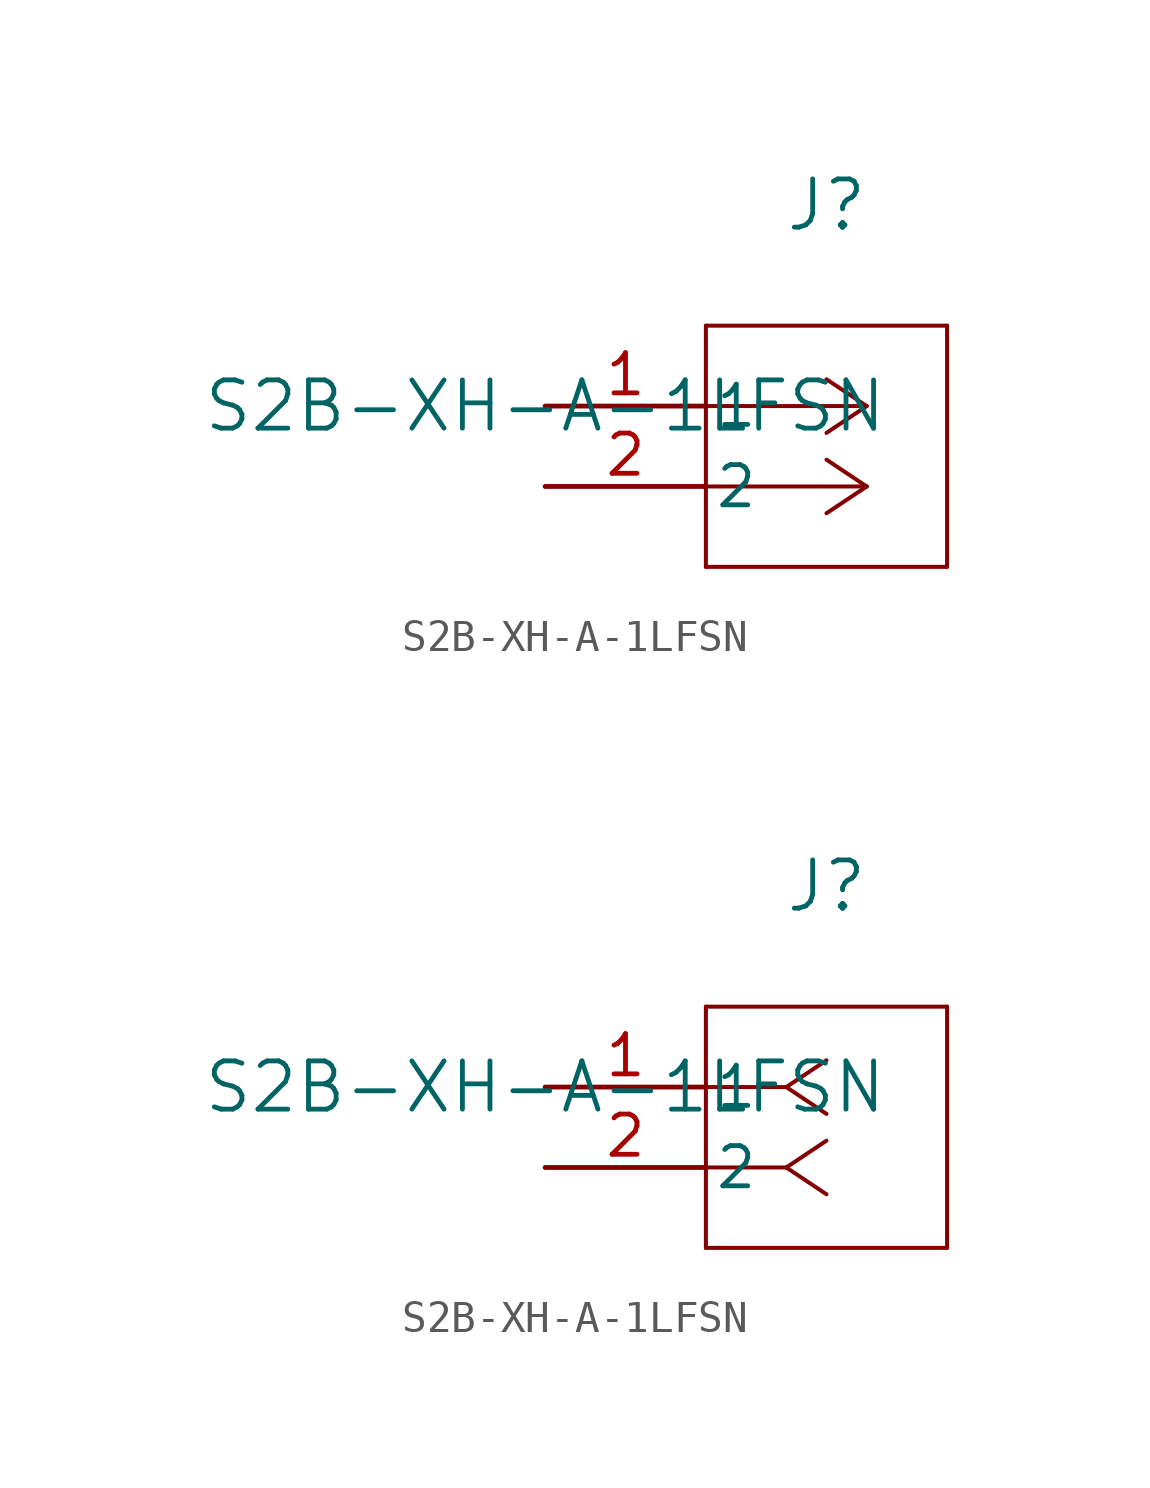
<source format=kicad_sym>
(kicad_symbol_lib
  (version 20211014)
  (generator kicad_symbol_editor)
  (symbol "S2B-XH-A-1LFSN"
    (pin_names
      (offset 0.254))
    (property "Reference" "J"
      (at 8.89 6.35 0)
      (effects (font (size 1.524 1.524))))
    (property "Value" "S2B-XH-A-1LFSN"
      (at 0 0 0)
      (effects (font (size 1.524 1.524))))
    (symbol "S2B-XH-A-1LFSN_1_1"
      (polyline (pts (xy 10.16 0) (xy 5.08 0)) (stroke (width 0.127) (type default) (color 0 0 0 0)) (fill (type none)))
      (polyline (pts (xy 10.16 -2.54) (xy 5.08 -2.54)) (stroke (width 0.127) (type default) (color 0 0 0 0)) (fill (type none)))
      (polyline (pts (xy 10.16 0) (xy 8.89 0.847)) (stroke (width 0.127) (type default) (color 0 0 0 0)) (fill (type none)))
      (polyline (pts (xy 10.16 -2.54) (xy 8.89 -1.693)) (stroke (width 0.127) (type default) (color 0 0 0 0)) (fill (type none)))
      (polyline (pts (xy 10.16 0) (xy 8.89 -0.847)) (stroke (width 0.127) (type default) (color 0 0 0 0)) (fill (type none)))
      (polyline (pts (xy 10.16 -2.54) (xy 8.89 -3.387)) (stroke (width 0.127) (type default) (color 0 0 0 0)) (fill (type none)))
      (polyline (pts (xy 5.08 2.54) (xy 5.08 -5.08)) (stroke (width 0.127) (type default) (color 0 0 0 0)) (fill (type none)))
      (polyline (pts (xy 5.08 -5.08) (xy 12.7 -5.08)) (stroke (width 0.127) (type default) (color 0 0 0 0)) (fill (type none)))
      (polyline (pts (xy 12.7 -5.08) (xy 12.7 2.54)) (stroke (width 0.127) (type default) (color 0 0 0 0)) (fill (type none)))
      (polyline (pts (xy 12.7 2.54) (xy 5.08 2.54)) (stroke (width 0.127) (type default) (color 0 0 0 0)) (fill (type none)))
      (pin unspecified line (at 0 0 0) (length 5.08) (name "1" (effects (font (size 1.27 1.27)))) (number "1" (effects (font (size 1.27 1.27)))))
      (pin unspecified line (at 0 -2.54 0) (length 5.08) (name "2" (effects (font (size 1.27 1.27)))) (number "2" (effects (font (size 1.27 1.27))))))
    (symbol "S2B-XH-A-1LFSN_1_2"
      (polyline (pts (xy 7.62 0) (xy 5.08 0)) (stroke (width 0.127) (type default) (color 0 0 0 0)) (fill (type none)))
      (polyline (pts (xy 7.62 -2.54) (xy 5.08 -2.54)) (stroke (width 0.127) (type default) (color 0 0 0 0)) (fill (type none)))
      (polyline (pts (xy 7.62 0) (xy 8.89 0.847)) (stroke (width 0.127) (type default) (color 0 0 0 0)) (fill (type none)))
      (polyline (pts (xy 7.62 -2.54) (xy 8.89 -1.693)) (stroke (width 0.127) (type default) (color 0 0 0 0)) (fill (type none)))
      (polyline (pts (xy 7.62 0) (xy 8.89 -0.847)) (stroke (width 0.127) (type default) (color 0 0 0 0)) (fill (type none)))
      (polyline (pts (xy 7.62 -2.54) (xy 8.89 -3.387)) (stroke (width 0.127) (type default) (color 0 0 0 0)) (fill (type none)))
      (polyline (pts (xy 5.08 2.54) (xy 5.08 -5.08)) (stroke (width 0.127) (type default) (color 0 0 0 0)) (fill (type none)))
      (polyline (pts (xy 5.08 -5.08) (xy 12.7 -5.08)) (stroke (width 0.127) (type default) (color 0 0 0 0)) (fill (type none)))
      (polyline (pts (xy 12.7 -5.08) (xy 12.7 2.54)) (stroke (width 0.127) (type default) (color 0 0 0 0)) (fill (type none)))
      (polyline (pts (xy 12.7 2.54) (xy 5.08 2.54)) (stroke (width 0.127) (type default) (color 0 0 0 0)) (fill (type none)))
      (pin unspecified line (at 0 0 0) (length 5.08) (name "1" (effects (font (size 1.27 1.27)))) (number "1" (effects (font (size 1.27 1.27)))))
      (pin unspecified line (at 0 -2.54 0) (length 5.08) (name "2" (effects (font (size 1.27 1.27)))) (number "2" (effects (font (size 1.27 1.27))))))))
</source>
